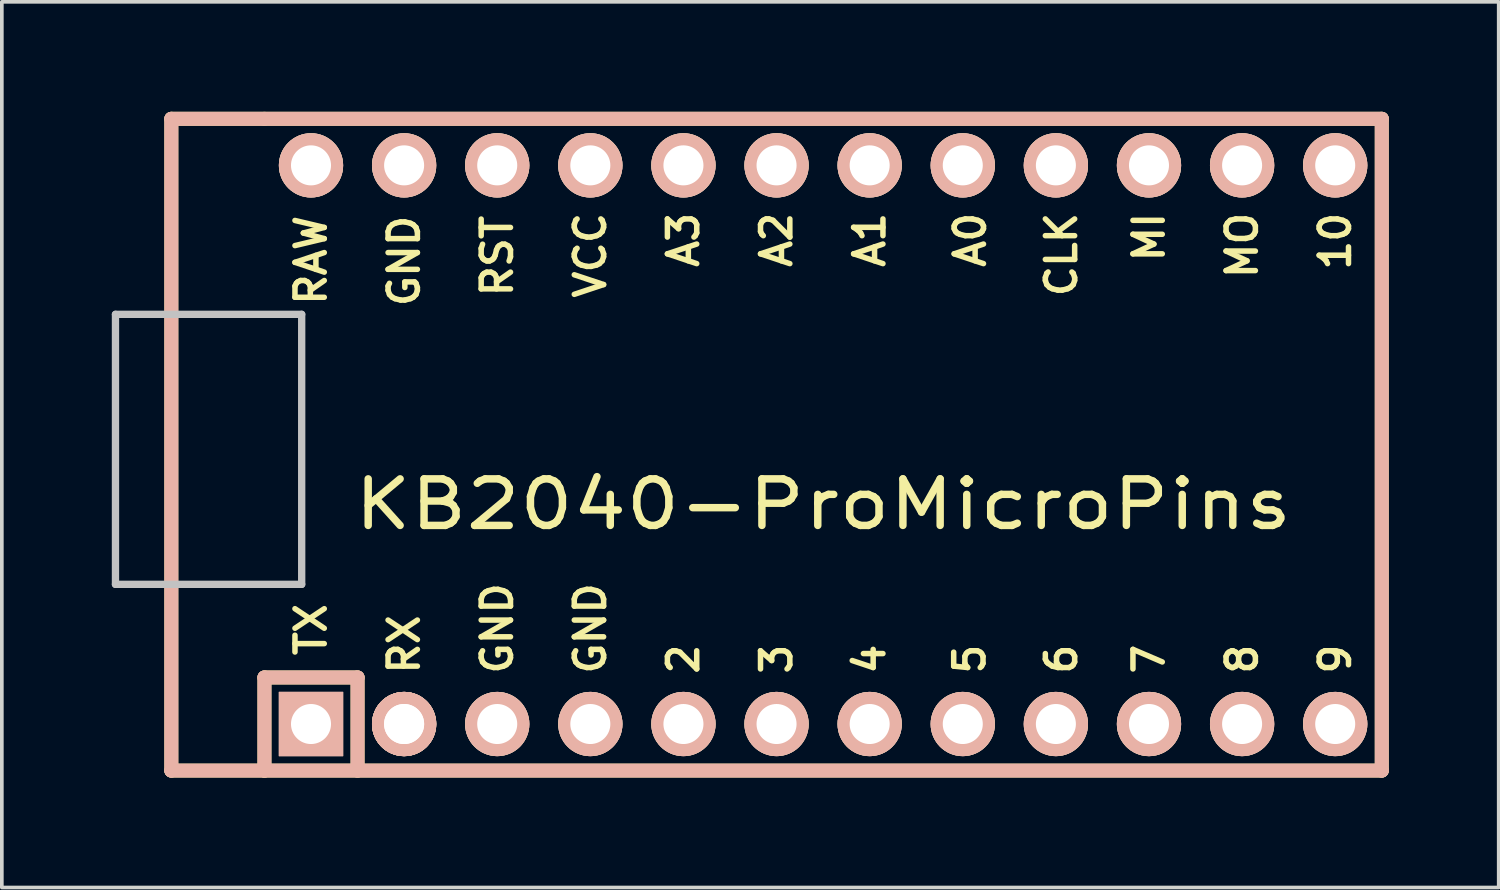
<source format=kicad_pcb>
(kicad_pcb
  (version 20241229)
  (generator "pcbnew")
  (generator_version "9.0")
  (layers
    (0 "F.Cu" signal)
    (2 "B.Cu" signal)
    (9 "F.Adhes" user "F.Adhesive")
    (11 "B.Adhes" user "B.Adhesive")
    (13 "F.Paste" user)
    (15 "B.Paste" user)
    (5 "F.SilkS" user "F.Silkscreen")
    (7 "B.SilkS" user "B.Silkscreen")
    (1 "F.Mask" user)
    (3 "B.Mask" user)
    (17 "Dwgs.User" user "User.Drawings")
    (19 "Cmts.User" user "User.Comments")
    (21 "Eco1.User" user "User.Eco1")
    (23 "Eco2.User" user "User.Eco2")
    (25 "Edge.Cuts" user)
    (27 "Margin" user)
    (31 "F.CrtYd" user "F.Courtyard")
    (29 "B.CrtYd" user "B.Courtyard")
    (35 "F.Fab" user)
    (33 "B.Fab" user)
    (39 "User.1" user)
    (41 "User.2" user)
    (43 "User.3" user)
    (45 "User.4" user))
  (footprint "KB2040-ProMicroPins"
    (layer "F.Cu")
    (at 19.404 9.081)
    (property "Reference" "KB2040-ProMicroPins" (at 0 1.625 180) (layer "F.SilkS") (effects (font (size 1.27 1.524) (thickness 0.203))))
    (attr through_hole)
    (fp_line (start -17.78 -8.89) (end -17.78 8.89) (stroke (width 0.381) (type solid)) (layer "F.SilkS"))
    (fp_line (start -17.78 8.89) (end -15.24 8.89) (stroke (width 0.381) (type solid)) (layer "F.SilkS"))
    (fp_line (start -15.24 -8.89) (end -17.78 -8.89) (stroke (width 0.381) (type solid)) (layer "F.SilkS"))
    (fp_line (start -15.24 6.35) (end -15.24 8.89) (stroke (width 0.381) (type solid)) (layer "F.SilkS"))
    (fp_line (start -15.24 6.35) (end -12.7 6.35) (stroke (width 0.381) (type solid)) (layer "F.SilkS"))
    (fp_line (start -15.24 8.89) (end 15.24 8.89) (stroke (width 0.381) (type solid)) (layer "F.SilkS"))
    (fp_line (start -12.7 6.35) (end -12.7 8.89) (stroke (width 0.381) (type solid)) (layer "F.SilkS"))
    (fp_line (start 15.24 -8.89) (end -15.24 -8.89) (stroke (width 0.381) (type solid)) (layer "F.SilkS"))
    (fp_line (start 15.24 8.89) (end 15.24 -8.89) (stroke (width 0.381) (type solid)) (layer "F.SilkS"))
    (fp_line (start -17.78 -8.89) (end -17.78 8.89) (stroke (width 0.381) (type solid)) (layer "B.SilkS"))
    (fp_line (start -17.78 8.89) (end 15.24 8.89) (stroke (width 0.381) (type solid)) (layer "B.SilkS"))
    (fp_line (start -15.24 6.35) (end -15.24 8.89) (stroke (width 0.381) (type solid)) (layer "B.SilkS"))
    (fp_line (start -15.24 6.35) (end -12.7 6.35) (stroke (width 0.381) (type solid)) (layer "B.SilkS"))
    (fp_line (start -12.7 6.35) (end -12.7 8.89) (stroke (width 0.381) (type solid)) (layer "B.SilkS"))
    (fp_line (start 15.24 -8.89) (end -17.78 -8.89) (stroke (width 0.381) (type solid)) (layer "B.SilkS"))
    (fp_line (start 15.24 8.89) (end 15.24 -8.89) (stroke (width 0.381) (type solid)) (layer "B.SilkS"))
    (fp_line (start -19.304 -3.556) (end -14.224 -3.556) (stroke (width 0.2) (type solid)) (layer "Dwgs.User"))
    (fp_line (start -19.304 3.81) (end -19.304 -3.556) (stroke (width 0.2) (type solid)) (layer "Dwgs.User"))
    (fp_line (start -14.224 -3.556) (end -14.224 3.81) (stroke (width 0.2) (type solid)) (layer "Dwgs.User"))
    (fp_line (start -14.224 3.81) (end -19.304 3.81) (stroke (width 0.2) (type solid)) (layer "Dwgs.User"))
    (fp_text user "VCC" (at -6.35 -6.41 270) (layer "F.SilkS") (effects (font (size 0.8 0.8) (thickness 0.15)) (justify right)))
    (fp_text user "A0" (at 4.013 -6.41 270) (layer "F.SilkS") (effects (font (size 0.8 0.8) (thickness 0.15)) (justify right)))
    (fp_text user "A1" (at 1.27 -6.41 270) (layer "F.SilkS") (effects (font (size 0.8 0.8) (thickness 0.15)) (justify right)))
    (fp_text user "CLK" (at 6.5 -6.41 270) (layer "F.SilkS") (effects (font (size 0.8 0.8) (thickness 0.15)) (justify right)))
    (fp_text user "5" (at 4 6.33 270) (layer "F.SilkS") (effects (font (size 0.8 0.8) (thickness 0.15)) (justify left)))
    (fp_text user "MO" (at 11.43 -6.41 270) (layer "F.SilkS") (effects (font (size 0.8 0.8) (thickness 0.15)) (justify right)))
    (fp_text user "MI" (at 8.89 -6.41 270) (layer "F.SilkS") (effects (font (size 0.8 0.8) (thickness 0.15)) (justify right)))
    (fp_text user "RST" (at -8.89 -6.33 270) (layer "F.SilkS") (effects (font (size 0.8 0.8) (thickness 0.15)) (justify right)))
    (fp_text user "2" (at -3.81 6.33 270) (layer "F.SilkS") (effects (font (size 0.8 0.8) (thickness 0.15)) (justify left)))
    (fp_text user "GND" (at -11.43 -6.33 270) (layer "F.SilkS") (effects (font (size 0.8 0.8) (thickness 0.15)) (justify right)))
    (fp_text user "A3" (at -3.81 -6.41 270) (layer "F.SilkS") (effects (font (size 0.8 0.8) (thickness 0.15)) (justify right)))
    (fp_text user "8" (at 11.43 6.33 270) (layer "F.SilkS") (effects (font (size 0.8 0.8) (thickness 0.15)) (justify left)))
    (fp_text user "RAW" (at -13.97 -6.33 270) (layer "F.SilkS") (effects (font (size 0.8 0.8) (thickness 0.15)) (justify right)))
    (fp_text user "6" (at 6.5 6.33 270) (layer "F.SilkS") (effects (font (size 0.8 0.8) (thickness 0.15)) (justify left)))
    (fp_text user "A2" (at -1.27 -6.41 270) (layer "F.SilkS") (effects (font (size 0.8 0.8) (thickness 0.15)) (justify right)))
    (fp_text user "RX" (at -11.43 6.33 270) (layer "F.SilkS") (effects (font (size 0.8 0.8) (thickness 0.15)) (justify left)))
    (fp_text user "7" (at 8.89 6.33 270) (layer "F.SilkS") (effects (font (size 0.8 0.8) (thickness 0.15)) (justify left)))
    (fp_text user "3" (at -1.27 6.33 270) (layer "F.SilkS") (effects (font (size 0.8 0.8) (thickness 0.15)) (justify left)))
    (fp_text user "GND" (at -8.89 6.33 270) (layer "F.SilkS") (effects (font (size 0.8 0.8) (thickness 0.15)) (justify left)))
    (fp_text user "10" (at 13.97 -6.41 270) (layer "F.SilkS") (effects (font (size 0.8 0.8) (thickness 0.15)) (justify right)))
    (fp_text user "4" (at 1.27 6.33 270) (layer "F.SilkS") (effects (font (size 0.8 0.8) (thickness 0.15)) (justify left)))
    (fp_text user "TX" (at -13.97 5.83 270) (layer "F.SilkS") (effects (font (size 0.8 0.8) (thickness 0.15)) (justify left)))
    (fp_text user "9" (at 13.97 6.33 270) (layer "F.SilkS") (effects (font (size 0.8 0.8) (thickness 0.15)) (justify left)))
    (fp_text user "GND" (at -6.35 6.33 270) (layer "F.SilkS") (effects (font (size 0.8 0.8) (thickness 0.15)) (justify left)))
    (pad "1" thru_hole rect (at -13.97 7.62) (size 1.753 1.753) (drill 1.092) (layers "*.Cu" "*.SilkS" "*.Mask"))
    (pad "2" thru_hole circle (at -11.43 7.62) (size 1.753 1.753) (drill 1.092) (layers "*.Cu" "*.SilkS" "*.Mask"))
    (pad "2" thru_hole circle (at -11.43 7.62) (size 1.753 1.753) (drill 1.092) (layers "*.Cu" "*.SilkS" "*.Mask"))
    (pad "3" thru_hole circle (at -8.89 7.62) (size 1.753 1.753) (drill 1.092) (layers "*.Cu" "*.SilkS" "*.Mask"))
    (pad "4" thru_hole circle (at -6.35 7.62) (size 1.753 1.753) (drill 1.092) (layers "*.Cu" "*.SilkS" "*.Mask"))
    (pad "5" thru_hole circle (at -3.81 7.62) (size 1.753 1.753) (drill 1.092) (layers "*.Cu" "*.SilkS" "*.Mask"))
    (pad "6" thru_hole circle (at -1.27 7.62) (size 1.753 1.753) (drill 1.092) (layers "*.Cu" "*.SilkS" "*.Mask"))
    (pad "7" thru_hole circle (at 1.27 7.62) (size 1.753 1.753) (drill 1.092) (layers "*.Cu" "*.SilkS" "*.Mask"))
    (pad "8" thru_hole circle (at 3.81 7.62) (size 1.753 1.753) (drill 1.092) (layers "*.Cu" "*.SilkS" "*.Mask"))
    (pad "9" thru_hole circle (at 6.35 7.62) (size 1.753 1.753) (drill 1.092) (layers "*.Cu" "*.SilkS" "*.Mask"))
    (pad "10" thru_hole circle (at 8.89 7.62) (size 1.753 1.753) (drill 1.092) (layers "*.Cu" "*.SilkS" "*.Mask"))
    (pad "11" thru_hole circle (at 11.43 7.62) (size 1.753 1.753) (drill 1.092) (layers "*.Cu" "*.SilkS" "*.Mask"))
    (pad "12" thru_hole circle (at 13.97 7.62) (size 1.753 1.753) (drill 1.092) (layers "*.Cu" "*.SilkS" "*.Mask"))
    (pad "13" thru_hole circle (at 13.97 -7.62) (size 1.753 1.753) (drill 1.092) (layers "*.Cu" "*.SilkS" "*.Mask"))
    (pad "14" thru_hole circle (at 11.43 -7.62) (size 1.753 1.753) (drill 1.092) (layers "*.Cu" "*.SilkS" "*.Mask"))
    (pad "15" thru_hole circle (at 8.89 -7.62) (size 1.753 1.753) (drill 1.092) (layers "*.Cu" "*.SilkS" "*.Mask"))
    (pad "16" thru_hole circle (at 6.35 -7.62) (size 1.753 1.753) (drill 1.092) (layers "*.Cu" "*.SilkS" "*.Mask"))
    (pad "17" thru_hole circle (at 3.81 -7.62) (size 1.753 1.753) (drill 1.092) (layers "*.Cu" "*.SilkS" "*.Mask"))
    (pad "18" thru_hole circle (at 1.27 -7.62) (size 1.753 1.753) (drill 1.092) (layers "*.Cu" "*.SilkS" "*.Mask"))
    (pad "19" thru_hole circle (at -1.27 -7.62) (size 1.753 1.753) (drill 1.092) (layers "*.Cu" "*.SilkS" "*.Mask"))
    (pad "20" thru_hole circle (at -3.81 -7.62) (size 1.753 1.753) (drill 1.092) (layers "*.Cu" "*.SilkS" "*.Mask"))
    (pad "21" thru_hole circle (at -6.35 -7.62) (size 1.753 1.753) (drill 1.092) (layers "*.Cu" "*.SilkS" "*.Mask"))
    (pad "22" thru_hole circle (at -8.89 -7.62) (size 1.753 1.753) (drill 1.092) (layers "*.Cu" "*.SilkS" "*.Mask"))
    (pad "23" thru_hole circle (at -11.43 -7.62) (size 1.753 1.753) (drill 1.092) (layers "*.Cu" "*.SilkS" "*.Mask"))
    (pad "24" thru_hole circle (at -13.97 -7.62) (size 1.753 1.753) (drill 1.092) (layers "*.Cu" "*.SilkS" "*.Mask")))
  (gr_rect
    (start -3 -3)
    (end 37.834 21.161)
    (stroke (width 0.1) (type default))
    (fill no)
    (layer "Edge.Cuts")))
</source>
